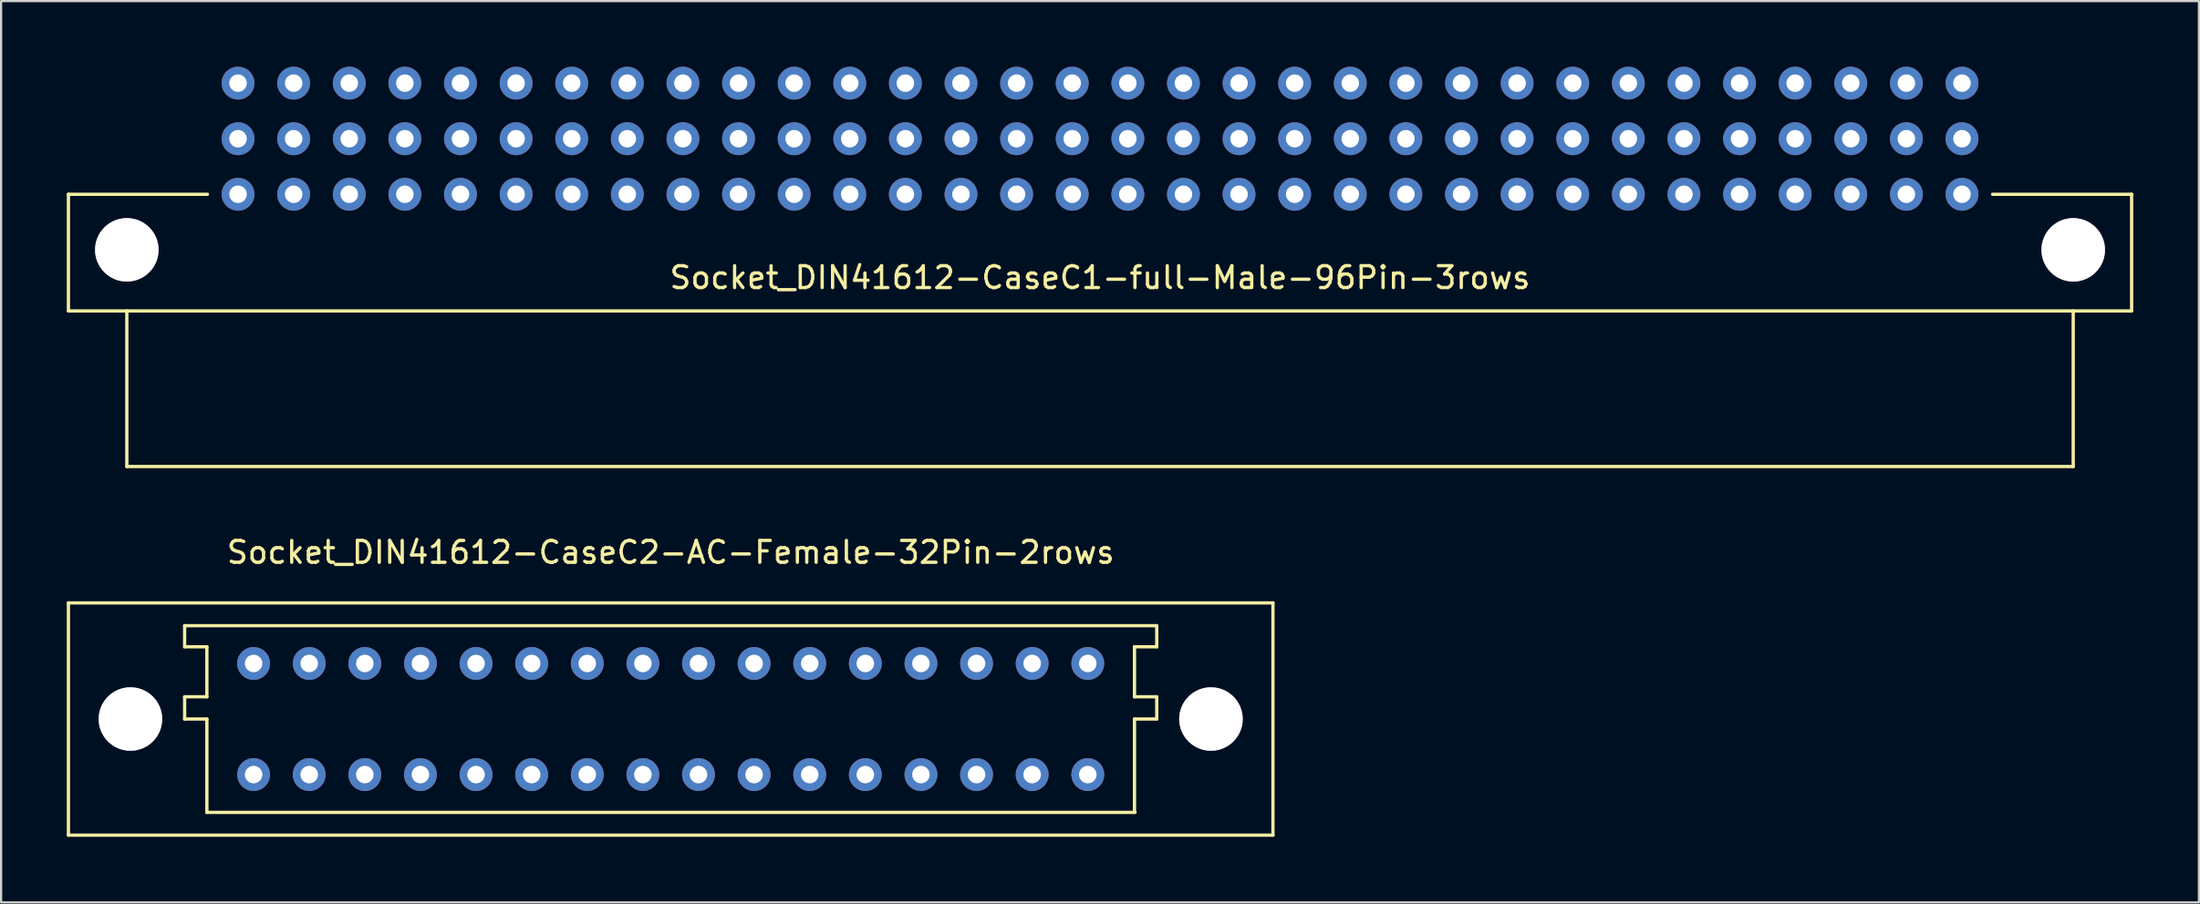
<source format=kicad_pcb>
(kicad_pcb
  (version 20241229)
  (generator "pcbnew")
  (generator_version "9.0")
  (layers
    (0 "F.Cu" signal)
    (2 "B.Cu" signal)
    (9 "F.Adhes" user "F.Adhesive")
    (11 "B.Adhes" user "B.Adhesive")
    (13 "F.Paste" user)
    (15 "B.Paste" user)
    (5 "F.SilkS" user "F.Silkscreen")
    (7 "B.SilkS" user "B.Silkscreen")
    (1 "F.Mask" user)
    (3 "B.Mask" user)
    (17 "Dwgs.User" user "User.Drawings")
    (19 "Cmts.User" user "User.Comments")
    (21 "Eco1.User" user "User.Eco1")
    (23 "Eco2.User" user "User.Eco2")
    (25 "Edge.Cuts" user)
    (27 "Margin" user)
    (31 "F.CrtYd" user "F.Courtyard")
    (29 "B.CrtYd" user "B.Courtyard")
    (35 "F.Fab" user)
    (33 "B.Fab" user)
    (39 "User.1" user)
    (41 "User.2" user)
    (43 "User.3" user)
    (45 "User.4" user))
  (footprint "Socket_DIN41612-CaseC2-AC-Female-32Pin-2rows"
    (layer "F.Cu")
    (at 27.583 29.82)
    (property "Reference" "Socket_DIN41612-CaseC2-AC-Female-32Pin-2rows" (at 0 -7.62 0) (layer "F.SilkS") (effects (font (size 1 1) (thickness 0.15))))
    (attr through_hole)
    (fp_line (start -27.508 -5.309) (end -27.508 5.309) (stroke (width 0.15) (type solid)) (layer "F.SilkS"))
    (fp_line (start -27.508 5.309) (end 27.508 5.309) (stroke (width 0.15) (type solid)) (layer "F.SilkS"))
    (fp_line (start -22.2 -3.302) (end -22.2 -4.267) (stroke (width 0.15) (type solid)) (layer "F.SilkS"))
    (fp_line (start -22.2 -1.016) (end -21.184 -1.016) (stroke (width 0.15) (type solid)) (layer "F.SilkS"))
    (fp_line (start -22.2 0) (end -22.2 -1.016) (stroke (width 0.15) (type solid)) (layer "F.SilkS"))
    (fp_line (start -21.184 -3.302) (end -22.2 -3.302) (stroke (width 0.15) (type solid)) (layer "F.SilkS"))
    (fp_line (start -21.184 -1.016) (end -21.184 -3.302) (stroke (width 0.15) (type solid)) (layer "F.SilkS"))
    (fp_line (start -21.184 0) (end -22.2 0) (stroke (width 0.15) (type solid)) (layer "F.SilkS"))
    (fp_line (start -21.184 4.267) (end -21.184 0) (stroke (width 0.15) (type solid)) (layer "F.SilkS"))
    (fp_line (start 21.184 -3.302) (end 22.2 -3.302) (stroke (width 0.15) (type solid)) (layer "F.SilkS"))
    (fp_line (start 21.184 -1.016) (end 21.184 -3.302) (stroke (width 0.15) (type solid)) (layer "F.SilkS"))
    (fp_line (start 21.184 0) (end 22.2 0) (stroke (width 0.15) (type solid)) (layer "F.SilkS"))
    (fp_line (start 21.184 4.267) (end 21.184 0) (stroke (width 0.15) (type solid)) (layer "F.SilkS"))
    (fp_line (start 21.209 4.267) (end -21.184 4.267) (stroke (width 0.15) (type solid)) (layer "F.SilkS"))
    (fp_line (start 22.2 -4.267) (end -22.2 -4.267) (stroke (width 0.15) (type solid)) (layer "F.SilkS"))
    (fp_line (start 22.2 -3.302) (end 22.2 -4.267) (stroke (width 0.15) (type solid)) (layer "F.SilkS"))
    (fp_line (start 22.2 -1.016) (end 21.184 -1.016) (stroke (width 0.15) (type solid)) (layer "F.SilkS"))
    (fp_line (start 22.2 0) (end 22.2 -1.016) (stroke (width 0.15) (type solid)) (layer "F.SilkS"))
    (fp_line (start 27.508 -5.309) (end -27.508 -5.309) (stroke (width 0.15) (type solid)) (layer "F.SilkS"))
    (fp_line (start 27.508 5.309) (end 27.508 -5.309) (stroke (width 0.15) (type solid)) (layer "F.SilkS"))
    (pad "1" thru_hole circle (at -24.676 0) (size 2.901 2.901) (drill 2.901) (layers "*.Cu" "*.Mask"))
    (pad "1" thru_hole circle (at 24.676 0) (size 2.901 2.901) (drill 2.901) (layers "*.Cu" "*.Mask"))
    (pad "1a" thru_hole circle (at 19.05 -2.54 180) (size 1.501 1.501) (drill 0.8) (layers "*.Cu" "*.Mask"))
    (pad "1c" thru_hole circle (at 19.05 2.54 180) (size 1.501 1.501) (drill 0.8) (layers "*.Cu" "*.Mask"))
    (pad "2a" thru_hole circle (at 16.51 -2.54 180) (size 1.501 1.501) (drill 0.8) (layers "*.Cu" "*.Mask"))
    (pad "2c" thru_hole circle (at 16.51 2.54 180) (size 1.501 1.501) (drill 0.8) (layers "*.Cu" "*.Mask"))
    (pad "3a" thru_hole circle (at 13.97 -2.54 180) (size 1.501 1.501) (drill 0.8) (layers "*.Cu" "*.Mask"))
    (pad "3c" thru_hole circle (at 13.97 2.54 180) (size 1.501 1.501) (drill 0.8) (layers "*.Cu" "*.Mask"))
    (pad "4a" thru_hole circle (at 11.43 -2.54 180) (size 1.501 1.501) (drill 0.8) (layers "*.Cu" "*.Mask"))
    (pad "4c" thru_hole circle (at 11.43 2.54 180) (size 1.501 1.501) (drill 0.8) (layers "*.Cu" "*.Mask"))
    (pad "5a" thru_hole circle (at 8.89 -2.54 180) (size 1.501 1.501) (drill 0.8) (layers "*.Cu" "*.Mask"))
    (pad "5c" thru_hole circle (at 8.89 2.54 180) (size 1.501 1.501) (drill 0.8) (layers "*.Cu" "*.Mask"))
    (pad "6a" thru_hole circle (at 6.35 -2.54 180) (size 1.501 1.501) (drill 0.8) (layers "*.Cu" "*.Mask"))
    (pad "6c" thru_hole circle (at 6.35 2.54 180) (size 1.501 1.501) (drill 0.8) (layers "*.Cu" "*.Mask"))
    (pad "7a" thru_hole circle (at 3.81 -2.54 180) (size 1.501 1.501) (drill 0.8) (layers "*.Cu" "*.Mask"))
    (pad "7c" thru_hole circle (at 3.81 2.54 180) (size 1.501 1.501) (drill 0.8) (layers "*.Cu" "*.Mask"))
    (pad "8a" thru_hole circle (at 1.27 -2.54 180) (size 1.501 1.501) (drill 0.8) (layers "*.Cu" "*.Mask"))
    (pad "8c" thru_hole circle (at 1.27 2.54 180) (size 1.501 1.501) (drill 0.8) (layers "*.Cu" "*.Mask"))
    (pad "9a" thru_hole circle (at -1.27 -2.54 180) (size 1.501 1.501) (drill 0.8) (layers "*.Cu" "*.Mask"))
    (pad "9c" thru_hole circle (at -1.27 2.54 180) (size 1.501 1.501) (drill 0.8) (layers "*.Cu" "*.Mask"))
    (pad "10a" thru_hole circle (at -3.81 -2.54 180) (size 1.501 1.501) (drill 0.8) (layers "*.Cu" "*.Mask"))
    (pad "10c" thru_hole circle (at -3.81 2.54 180) (size 1.501 1.501) (drill 0.8) (layers "*.Cu" "*.Mask"))
    (pad "11a" thru_hole circle (at -6.35 -2.54 180) (size 1.501 1.501) (drill 0.8) (layers "*.Cu" "*.Mask"))
    (pad "11c" thru_hole circle (at -6.35 2.54 180) (size 1.501 1.501) (drill 0.8) (layers "*.Cu" "*.Mask"))
    (pad "12a" thru_hole circle (at -8.89 -2.54 180) (size 1.501 1.501) (drill 0.8) (layers "*.Cu" "*.Mask"))
    (pad "12c" thru_hole circle (at -8.89 2.54 180) (size 1.501 1.501) (drill 0.8) (layers "*.Cu" "*.Mask"))
    (pad "13a" thru_hole circle (at -11.43 -2.54 180) (size 1.501 1.501) (drill 0.8) (layers "*.Cu" "*.Mask"))
    (pad "13c" thru_hole circle (at -11.43 2.54 180) (size 1.501 1.501) (drill 0.8) (layers "*.Cu" "*.Mask"))
    (pad "14a" thru_hole circle (at -13.97 -2.54 180) (size 1.501 1.501) (drill 0.8) (layers "*.Cu" "*.Mask"))
    (pad "14c" thru_hole circle (at -13.97 2.54 180) (size 1.501 1.501) (drill 0.8) (layers "*.Cu" "*.Mask"))
    (pad "15a" thru_hole circle (at -16.51 -2.54 180) (size 1.501 1.501) (drill 0.8) (layers "*.Cu" "*.Mask"))
    (pad "15c" thru_hole circle (at -16.51 2.54 180) (size 1.501 1.501) (drill 0.8) (layers "*.Cu" "*.Mask"))
    (pad "16a" thru_hole circle (at -19.05 -2.54 180) (size 1.501 1.501) (drill 0.8) (layers "*.Cu" "*.Mask"))
    (pad "16c" thru_hole circle (at -19.05 2.54 180) (size 1.501 1.501) (drill 0.8) (layers "*.Cu" "*.Mask")))
  (footprint "Socket_DIN41612-CaseC1-full-Male-96Pin-3rows"
    (layer "F.Cu")
    (at 47.192 3.291)
    (property "Reference" "Socket_DIN41612-CaseC1-full-Male-96Pin-3rows" (at 0 6.35 0) (layer "F.SilkS") (effects (font (size 1 1) (thickness 0.15))))
    (attr through_hole)
    (fp_line (start -47.117 2.54) (end -40.767 2.54) (stroke (width 0.15) (type solid)) (layer "F.SilkS"))
    (fp_line (start -47.117 7.874) (end -47.117 2.54) (stroke (width 0.15) (type solid)) (layer "F.SilkS"))
    (fp_line (start -44.45 14.986) (end -44.45 7.874) (stroke (width 0.15) (type solid)) (layer "F.SilkS"))
    (fp_line (start 44.45 7.874) (end 44.45 14.986) (stroke (width 0.15) (type solid)) (layer "F.SilkS"))
    (fp_line (start 44.45 14.986) (end -44.45 14.986) (stroke (width 0.15) (type solid)) (layer "F.SilkS"))
    (fp_line (start 47.117 2.54) (end 40.767 2.54) (stroke (width 0.15) (type solid)) (layer "F.SilkS"))
    (fp_line (start 47.117 2.54) (end 47.117 7.874) (stroke (width 0.15) (type solid)) (layer "F.SilkS"))
    (fp_line (start 47.117 7.874) (end -47.117 7.874) (stroke (width 0.15) (type solid)) (layer "F.SilkS"))
    (pad "1" thru_hole circle (at -44.45 5.08) (size 2.901 2.901) (drill 2.901) (layers "*.Cu" "*.Mask"))
    (pad "1" thru_hole circle (at 44.45 5.08) (size 2.901 2.901) (drill 2.901) (layers "*.Cu" "*.Mask"))
    (pad "1a" thru_hole circle (at 39.37 -2.54 180) (size 1.501 1.501) (drill 0.8) (layers "*.Cu" "*.Mask"))
    (pad "1b" thru_hole circle (at 39.37 0 180) (size 1.501 1.501) (drill 0.8) (layers "*.Cu" "*.Mask"))
    (pad "1c" thru_hole circle (at 39.37 2.54 180) (size 1.501 1.501) (drill 0.8) (layers "*.Cu" "*.Mask"))
    (pad "2a" thru_hole circle (at 36.83 -2.54 180) (size 1.501 1.501) (drill 0.8) (layers "*.Cu" "*.Mask"))
    (pad "2b" thru_hole circle (at 36.83 0 180) (size 1.501 1.501) (drill 0.8) (layers "*.Cu" "*.Mask"))
    (pad "2c" thru_hole circle (at 36.83 2.54 180) (size 1.501 1.501) (drill 0.8) (layers "*.Cu" "*.Mask"))
    (pad "3a" thru_hole circle (at 34.29 -2.54 180) (size 1.501 1.501) (drill 0.8) (layers "*.Cu" "*.Mask"))
    (pad "3b" thru_hole circle (at 34.29 0 180) (size 1.501 1.501) (drill 0.8) (layers "*.Cu" "*.Mask"))
    (pad "3c" thru_hole circle (at 34.29 2.54 180) (size 1.501 1.501) (drill 0.8) (layers "*.Cu" "*.Mask"))
    (pad "4a" thru_hole circle (at 31.75 -2.54 180) (size 1.501 1.501) (drill 0.8) (layers "*.Cu" "*.Mask"))
    (pad "4b" thru_hole circle (at 31.75 0 180) (size 1.501 1.501) (drill 0.8) (layers "*.Cu" "*.Mask"))
    (pad "4c" thru_hole circle (at 31.75 2.54 180) (size 1.501 1.501) (drill 0.8) (layers "*.Cu" "*.Mask"))
    (pad "5a" thru_hole circle (at 29.21 -2.54 180) (size 1.501 1.501) (drill 0.8) (layers "*.Cu" "*.Mask"))
    (pad "5b" thru_hole circle (at 29.21 0 180) (size 1.501 1.501) (drill 0.8) (layers "*.Cu" "*.Mask"))
    (pad "5c" thru_hole circle (at 29.21 2.54 180) (size 1.501 1.501) (drill 0.8) (layers "*.Cu" "*.Mask"))
    (pad "6a" thru_hole circle (at 26.67 -2.54 180) (size 1.501 1.501) (drill 0.8) (layers "*.Cu" "*.Mask"))
    (pad "6b" thru_hole circle (at 26.67 0 180) (size 1.501 1.501) (drill 0.8) (layers "*.Cu" "*.Mask"))
    (pad "6c" thru_hole circle (at 26.67 2.54 180) (size 1.501 1.501) (drill 0.8) (layers "*.Cu" "*.Mask"))
    (pad "7a" thru_hole circle (at 24.13 -2.54 180) (size 1.501 1.501) (drill 0.8) (layers "*.Cu" "*.Mask"))
    (pad "7b" thru_hole circle (at 24.13 0 180) (size 1.501 1.501) (drill 0.8) (layers "*.Cu" "*.Mask"))
    (pad "7c" thru_hole circle (at 24.13 2.54 180) (size 1.501 1.501) (drill 0.8) (layers "*.Cu" "*.Mask"))
    (pad "8a" thru_hole circle (at 21.59 -2.54 180) (size 1.501 1.501) (drill 0.8) (layers "*.Cu" "*.Mask"))
    (pad "8b" thru_hole circle (at 21.59 0 180) (size 1.501 1.501) (drill 0.8) (layers "*.Cu" "*.Mask"))
    (pad "8c" thru_hole circle (at 21.59 2.54 180) (size 1.501 1.501) (drill 0.8) (layers "*.Cu" "*.Mask"))
    (pad "9a" thru_hole circle (at 19.05 -2.54 180) (size 1.501 1.501) (drill 0.8) (layers "*.Cu" "*.Mask"))
    (pad "9b" thru_hole circle (at 19.05 0 180) (size 1.501 1.501) (drill 0.8) (layers "*.Cu" "*.Mask"))
    (pad "9c" thru_hole circle (at 19.05 2.54 180) (size 1.501 1.501) (drill 0.8) (layers "*.Cu" "*.Mask"))
    (pad "10a" thru_hole circle (at 16.51 -2.54 180) (size 1.501 1.501) (drill 0.8) (layers "*.Cu" "*.Mask"))
    (pad "10b" thru_hole circle (at 16.51 0 180) (size 1.501 1.501) (drill 0.8) (layers "*.Cu" "*.Mask"))
    (pad "10c" thru_hole circle (at 16.51 2.54 180) (size 1.501 1.501) (drill 0.8) (layers "*.Cu" "*.Mask"))
    (pad "11a" thru_hole circle (at 13.97 -2.54 180) (size 1.501 1.501) (drill 0.8) (layers "*.Cu" "*.Mask"))
    (pad "11b" thru_hole circle (at 13.97 0 180) (size 1.501 1.501) (drill 0.8) (layers "*.Cu" "*.Mask"))
    (pad "11c" thru_hole circle (at 13.97 2.54 180) (size 1.501 1.501) (drill 0.8) (layers "*.Cu" "*.Mask"))
    (pad "12a" thru_hole circle (at 11.43 -2.54 180) (size 1.501 1.501) (drill 0.8) (layers "*.Cu" "*.Mask"))
    (pad "12b" thru_hole circle (at 11.43 0 180) (size 1.501 1.501) (drill 0.8) (layers "*.Cu" "*.Mask"))
    (pad "12c" thru_hole circle (at 11.43 2.54 180) (size 1.501 1.501) (drill 0.8) (layers "*.Cu" "*.Mask"))
    (pad "13a" thru_hole circle (at 8.89 -2.54 180) (size 1.501 1.501) (drill 0.8) (layers "*.Cu" "*.Mask"))
    (pad "13b" thru_hole circle (at 8.89 0 180) (size 1.501 1.501) (drill 0.8) (layers "*.Cu" "*.Mask"))
    (pad "13c" thru_hole circle (at 8.89 2.54 180) (size 1.501 1.501) (drill 0.8) (layers "*.Cu" "*.Mask"))
    (pad "14a" thru_hole circle (at 6.35 -2.54 180) (size 1.501 1.501) (drill 0.8) (layers "*.Cu" "*.Mask"))
    (pad "14b" thru_hole circle (at 6.35 0 180) (size 1.501 1.501) (drill 0.8) (layers "*.Cu" "*.Mask"))
    (pad "14c" thru_hole circle (at 6.35 2.54 180) (size 1.501 1.501) (drill 0.8) (layers "*.Cu" "*.Mask"))
    (pad "15a" thru_hole circle (at 3.81 -2.54 180) (size 1.501 1.501) (drill 0.8) (layers "*.Cu" "*.Mask"))
    (pad "15b" thru_hole circle (at 3.81 0 180) (size 1.501 1.501) (drill 0.8) (layers "*.Cu" "*.Mask"))
    (pad "15c" thru_hole circle (at 3.81 2.54 180) (size 1.501 1.501) (drill 0.8) (layers "*.Cu" "*.Mask"))
    (pad "16a" thru_hole circle (at 1.27 -2.54 180) (size 1.501 1.501) (drill 0.8) (layers "*.Cu" "*.Mask"))
    (pad "16b" thru_hole circle (at 1.27 0 180) (size 1.501 1.501) (drill 0.8) (layers "*.Cu" "*.Mask"))
    (pad "16c" thru_hole circle (at 1.27 2.54 180) (size 1.501 1.501) (drill 0.8) (layers "*.Cu" "*.Mask"))
    (pad "17a" thru_hole circle (at -1.27 -2.54 180) (size 1.501 1.501) (drill 0.8) (layers "*.Cu" "*.Mask"))
    (pad "17b" thru_hole circle (at -1.27 0 180) (size 1.501 1.501) (drill 0.8) (layers "*.Cu" "*.Mask"))
    (pad "17c" thru_hole circle (at -1.27 2.54 180) (size 1.501 1.501) (drill 0.8) (layers "*.Cu" "*.Mask"))
    (pad "18a" thru_hole circle (at -3.81 -2.54 180) (size 1.501 1.501) (drill 0.8) (layers "*.Cu" "*.Mask"))
    (pad "18b" thru_hole circle (at -3.81 0 180) (size 1.501 1.501) (drill 0.8) (layers "*.Cu" "*.Mask"))
    (pad "18c" thru_hole circle (at -3.81 2.54 180) (size 1.501 1.501) (drill 0.8) (layers "*.Cu" "*.Mask"))
    (pad "19a" thru_hole circle (at -6.35 -2.54 180) (size 1.501 1.501) (drill 0.8) (layers "*.Cu" "*.Mask"))
    (pad "19b" thru_hole circle (at -6.35 0 180) (size 1.501 1.501) (drill 0.8) (layers "*.Cu" "*.Mask"))
    (pad "19c" thru_hole circle (at -6.35 2.54 180) (size 1.501 1.501) (drill 0.8) (layers "*.Cu" "*.Mask"))
    (pad "20a" thru_hole circle (at -8.89 -2.54 180) (size 1.501 1.501) (drill 0.8) (layers "*.Cu" "*.Mask"))
    (pad "20b" thru_hole circle (at -8.89 0 180) (size 1.501 1.501) (drill 0.8) (layers "*.Cu" "*.Mask"))
    (pad "20c" thru_hole circle (at -8.89 2.54 180) (size 1.501 1.501) (drill 0.8) (layers "*.Cu" "*.Mask"))
    (pad "21a" thru_hole circle (at -11.43 -2.54 180) (size 1.501 1.501) (drill 0.8) (layers "*.Cu" "*.Mask"))
    (pad "21b" thru_hole circle (at -11.43 0 180) (size 1.501 1.501) (drill 0.8) (layers "*.Cu" "*.Mask"))
    (pad "21c" thru_hole circle (at -11.43 2.54 180) (size 1.501 1.501) (drill 0.8) (layers "*.Cu" "*.Mask"))
    (pad "22a" thru_hole circle (at -13.97 -2.54 180) (size 1.501 1.501) (drill 0.8) (layers "*.Cu" "*.Mask"))
    (pad "22b" thru_hole circle (at -13.97 0 180) (size 1.501 1.501) (drill 0.8) (layers "*.Cu" "*.Mask"))
    (pad "22c" thru_hole circle (at -13.97 2.54 180) (size 1.501 1.501) (drill 0.8) (layers "*.Cu" "*.Mask"))
    (pad "23a" thru_hole circle (at -16.51 -2.54 180) (size 1.501 1.501) (drill 0.8) (layers "*.Cu" "*.Mask"))
    (pad "23b" thru_hole circle (at -16.51 0 180) (size 1.501 1.501) (drill 0.8) (layers "*.Cu" "*.Mask"))
    (pad "23c" thru_hole circle (at -16.51 2.54 180) (size 1.501 1.501) (drill 0.8) (layers "*.Cu" "*.Mask"))
    (pad "24a" thru_hole circle (at -19.05 -2.54 180) (size 1.501 1.501) (drill 0.8) (layers "*.Cu" "*.Mask"))
    (pad "24b" thru_hole circle (at -19.05 0 180) (size 1.501 1.501) (drill 0.8) (layers "*.Cu" "*.Mask"))
    (pad "24c" thru_hole circle (at -19.05 2.54 180) (size 1.501 1.501) (drill 0.8) (layers "*.Cu" "*.Mask"))
    (pad "25a" thru_hole circle (at -21.59 -2.54 180) (size 1.501 1.501) (drill 0.8) (layers "*.Cu" "*.Mask"))
    (pad "25b" thru_hole circle (at -21.59 0 180) (size 1.501 1.501) (drill 0.8) (layers "*.Cu" "*.Mask"))
    (pad "25c" thru_hole circle (at -21.59 2.54 180) (size 1.501 1.501) (drill 0.8) (layers "*.Cu" "*.Mask"))
    (pad "26a" thru_hole circle (at -24.13 -2.54 180) (size 1.501 1.501) (drill 0.8) (layers "*.Cu" "*.Mask"))
    (pad "26b" thru_hole circle (at -24.13 0 180) (size 1.501 1.501) (drill 0.8) (layers "*.Cu" "*.Mask"))
    (pad "26c" thru_hole circle (at -24.13 2.54 180) (size 1.501 1.501) (drill 0.8) (layers "*.Cu" "*.Mask"))
    (pad "27a" thru_hole circle (at -26.67 -2.54 180) (size 1.501 1.501) (drill 0.8) (layers "*.Cu" "*.Mask"))
    (pad "27b" thru_hole circle (at -26.67 0 180) (size 1.501 1.501) (drill 0.8) (layers "*.Cu" "*.Mask"))
    (pad "27c" thru_hole circle (at -26.67 2.54 180) (size 1.501 1.501) (drill 0.8) (layers "*.Cu" "*.Mask"))
    (pad "28a" thru_hole circle (at -29.21 -2.54 180) (size 1.501 1.501) (drill 0.8) (layers "*.Cu" "*.Mask"))
    (pad "28b" thru_hole circle (at -29.21 0 180) (size 1.501 1.501) (drill 0.8) (layers "*.Cu" "*.Mask"))
    (pad "28c" thru_hole circle (at -29.21 2.54 180) (size 1.501 1.501) (drill 0.8) (layers "*.Cu" "*.Mask"))
    (pad "29a" thru_hole circle (at -31.75 -2.54 180) (size 1.501 1.501) (drill 0.8) (layers "*.Cu" "*.Mask"))
    (pad "29b" thru_hole circle (at -31.75 0 180) (size 1.501 1.501) (drill 0.8) (layers "*.Cu" "*.Mask"))
    (pad "29c" thru_hole circle (at -31.75 2.54 180) (size 1.501 1.501) (drill 0.8) (layers "*.Cu" "*.Mask"))
    (pad "30a" thru_hole circle (at -34.29 -2.54 180) (size 1.501 1.501) (drill 0.8) (layers "*.Cu" "*.Mask"))
    (pad "30b" thru_hole circle (at -34.29 0 180) (size 1.501 1.501) (drill 0.8) (layers "*.Cu" "*.Mask"))
    (pad "30c" thru_hole circle (at -34.29 2.54 180) (size 1.501 1.501) (drill 0.8) (layers "*.Cu" "*.Mask"))
    (pad "31a" thru_hole circle (at -36.83 -2.54 180) (size 1.501 1.501) (drill 0.8) (layers "*.Cu" "*.Mask"))
    (pad "31b" thru_hole circle (at -36.83 0 180) (size 1.501 1.501) (drill 0.8) (layers "*.Cu" "*.Mask"))
    (pad "31c" thru_hole circle (at -36.83 2.54 180) (size 1.501 1.501) (drill 0.8) (layers "*.Cu" "*.Mask"))
    (pad "32a" thru_hole circle (at -39.37 -2.54 180) (size 1.501 1.501) (drill 0.8) (layers "*.Cu" "*.Mask"))
    (pad "32b" thru_hole circle (at -39.37 0 180) (size 1.501 1.501) (drill 0.8) (layers "*.Cu" "*.Mask"))
    (pad "32c" thru_hole circle (at -39.37 2.54 180) (size 1.501 1.501) (drill 0.8) (layers "*.Cu" "*.Mask")))
  (gr_rect
    (start -3 -3)
    (end 97.384 38.203)
    (stroke (width 0.1) (type default))
    (fill no)
    (layer "Edge.Cuts")))
</source>
